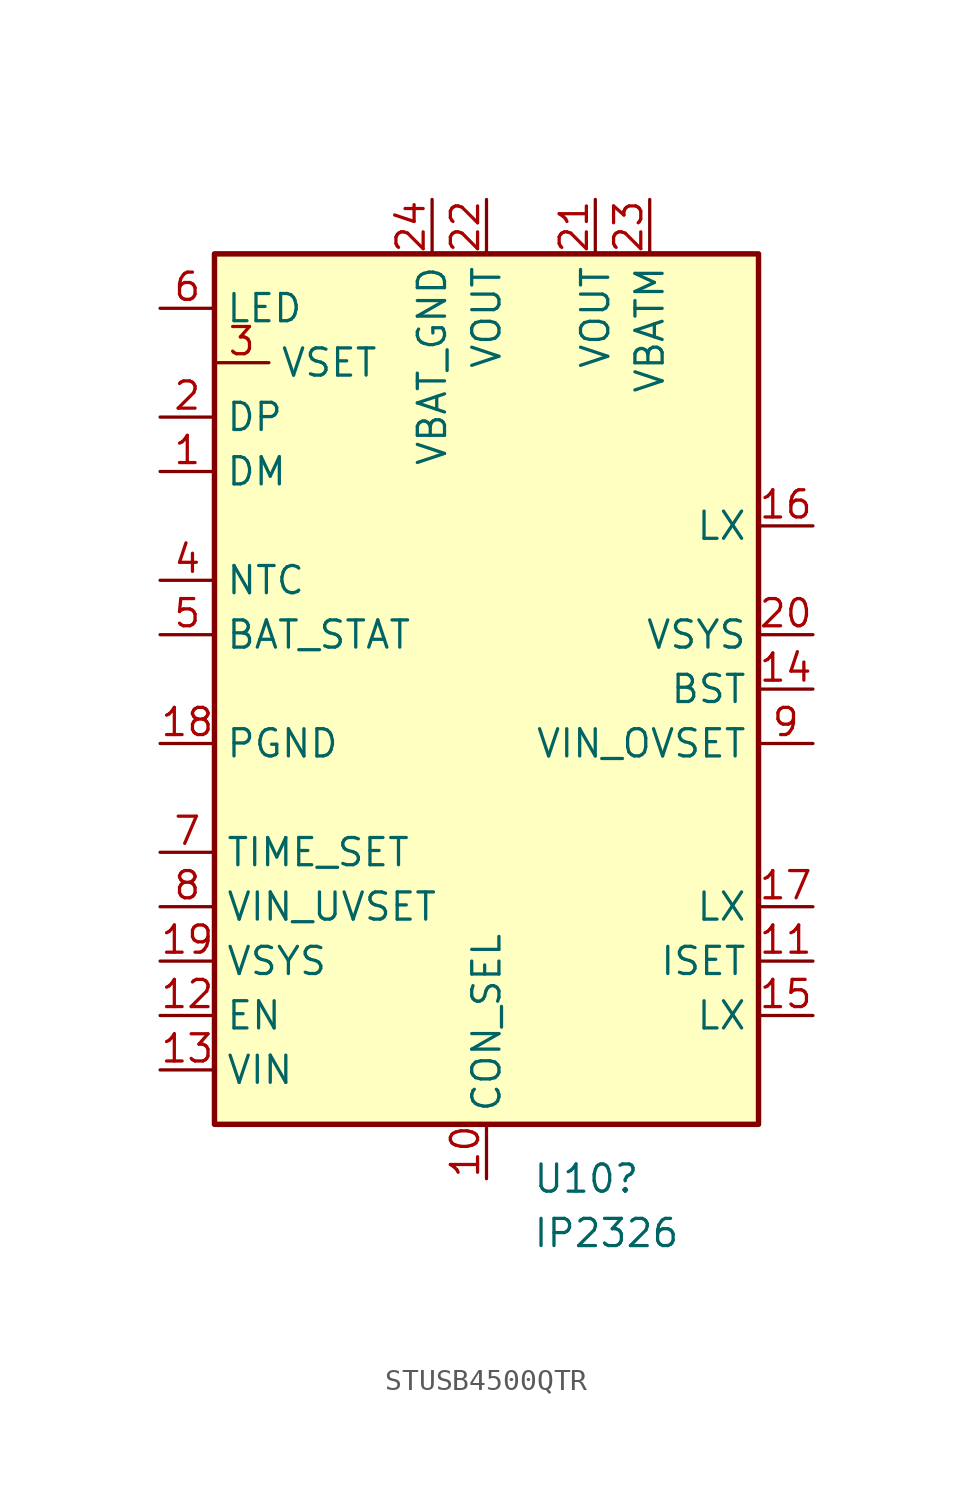
<source format=kicad_sym>
(kicad_symbol_lib
  (version 20241209)
  (generator "kicad_symbol_editor")
  (generator_version "9.0")
  (symbol "STUSB4500QTR"
    (property "Reference" "U10"
      (at 2.143 -22.86 0)
      (effects (font (size 1.27 1.27)) (justify left)))
    (property "Value" "IP2326"
      (at 2.143 -25.4 0)
      (effects (font (size 1.27 1.27)) (justify left)))
    (symbol "STUSB4500QTR_0_1"
      (rectangle (start -12.7 20.32) (end 12.7 -20.32) (stroke (width 0.254) (type default)) (fill (type background))))
    (symbol "STUSB4500QTR_1_1"
      (pin output line (at -15.24 17.78 0) (length 2.54) (name "LED" (effects (font (size 1.27 1.27)))) (number "6" (effects (font (size 1.27 1.27)))))
      (pin bidirectional line (at -15.24 12.7 0) (length 2.54) (name "DP" (effects (font (size 1.27 1.27)))) (number "2" (effects (font (size 1.27 1.27)))))
      (pin bidirectional line (at -15.24 10.16 0) (length 2.54) (name "DM" (effects (font (size 1.27 1.27)))) (number "1" (effects (font (size 1.27 1.27)))))
      (pin bidirectional line (at -15.24 5.08 0) (length 2.54) (name "NTC" (effects (font (size 1.27 1.27)))) (number "4" (effects (font (size 1.27 1.27)))))
      (pin bidirectional line (at -15.24 2.54 0) (length 2.54) (name "BAT_STAT" (effects (font (size 1.27 1.27)))) (number "5" (effects (font (size 1.27 1.27)))))
      (pin bidirectional line (at -15.24 -2.54 0) (length 2.54) (name "PGND" (effects (font (size 1.27 1.27)))) (number "18" (effects (font (size 1.27 1.27)))))
      (pin input line (at -15.24 -7.62 0) (length 2.54) (name "TIME_SET" (effects (font (size 1.27 1.27)))) (number "7" (effects (font (size 1.27 1.27)))))
      (pin bidirectional line (at -15.24 -10.16 0) (length 2.54) (name "VIN_UVSET" (effects (font (size 1.27 1.27)))) (number "8" (effects (font (size 1.27 1.27)))))
      (pin open_collector line (at -15.24 -12.7 0) (length 2.54) (name "VSYS" (effects (font (size 1.27 1.27)))) (number "19" (effects (font (size 1.27 1.27)))))
      (pin input line (at -15.24 -15.24 0) (length 2.54) (name "EN" (effects (font (size 1.27 1.27)))) (number "12" (effects (font (size 1.27 1.27)))))
      (pin input line (at -15.24 -17.78 0) (length 2.54) (name "VIN" (effects (font (size 1.27 1.27)))) (number "13" (effects (font (size 1.27 1.27)))))
      (pin bidirectional line (at -12.7 15.24 0) (length 2.54) (name "VSET" (effects (font (size 1.27 1.27)))) (number "3" (effects (font (size 1.27 1.27)))))
      (pin bidirectional line (at -2.54 22.86 270) (length 2.54) (name "VBAT_GND" (effects (font (size 1.27 1.27)))) (number "24" (effects (font (size 1.27 1.27)))))
      (pin output line (at 0 22.86 270) (length 2.54) (name "VOUT" (effects (font (size 1.27 1.27)))) (number "22" (effects (font (size 1.27 1.27)))))
      (pin bidirectional line (at 0 -22.86 90) (length 2.54) (name "CON_SEL" (effects (font (size 1.27 1.27)))) (number "10" (effects (font (size 1.27 1.27)))))
      (pin passive line (at 0 -22.86 90) (length 2.54) (hide yes) (name "GND" (effects (font (size 1.27 1.27)))) (number "25" (effects (font (size 1.27 1.27)))))
      (pin output line (at 5.08 22.86 270) (length 2.54) (name "VOUT" (effects (font (size 1.27 1.27)))) (number "21" (effects (font (size 1.27 1.27)))))
      (pin bidirectional line (at 7.62 22.86 270) (length 2.54) (name "VBATM" (effects (font (size 1.27 1.27)))) (number "23" (effects (font (size 1.27 1.27)))))
      (pin bidirectional line (at 15.24 7.62 180) (length 2.54) (name "LX" (effects (font (size 1.27 1.27)))) (number "16" (effects (font (size 1.27 1.27)))))
      (pin bidirectional line (at 15.24 2.54 180) (length 2.54) (name "VSYS" (effects (font (size 1.27 1.27)))) (number "20" (effects (font (size 1.27 1.27)))))
      (pin bidirectional line (at 15.24 0 180) (length 2.54) (name "BST" (effects (font (size 1.27 1.27)))) (number "14" (effects (font (size 1.27 1.27)))))
      (pin bidirectional line (at 15.24 -2.54 180) (length 2.54) (name "VIN_OVSET" (effects (font (size 1.27 1.27)))) (number "9" (effects (font (size 1.27 1.27)))))
      (pin bidirectional line (at 15.24 -10.16 180) (length 2.54) (name "LX" (effects (font (size 1.27 1.27)))) (number "17" (effects (font (size 1.27 1.27)))))
      (pin open_collector line (at 15.24 -12.7 180) (length 2.54) (name "ISET" (effects (font (size 1.27 1.27)))) (number "11" (effects (font (size 1.27 1.27)))))
      (pin bidirectional line (at 15.24 -15.24 180) (length 2.54) (name "LX" (effects (font (size 1.27 1.27)))) (number "15" (effects (font (size 1.27 1.27))))))))
</source>
